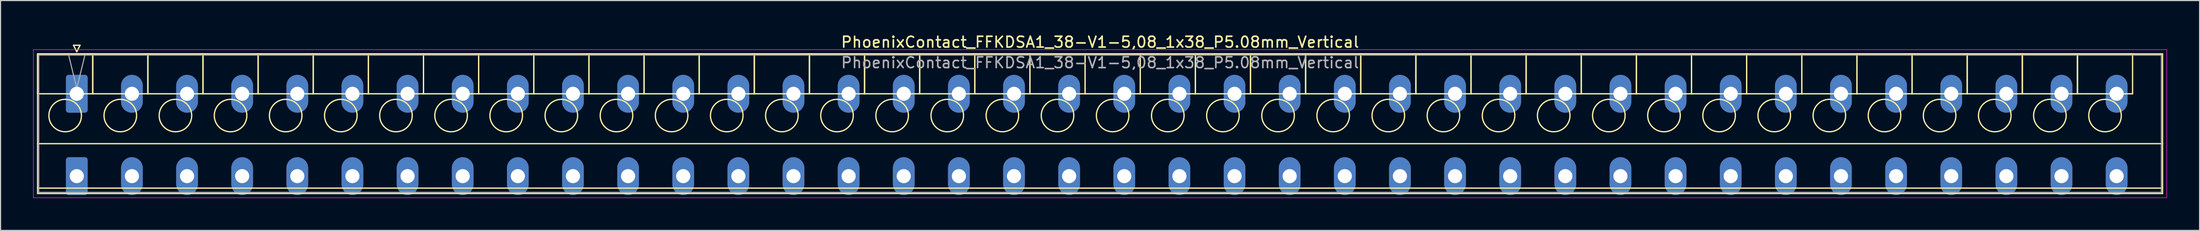
<source format=kicad_pcb>
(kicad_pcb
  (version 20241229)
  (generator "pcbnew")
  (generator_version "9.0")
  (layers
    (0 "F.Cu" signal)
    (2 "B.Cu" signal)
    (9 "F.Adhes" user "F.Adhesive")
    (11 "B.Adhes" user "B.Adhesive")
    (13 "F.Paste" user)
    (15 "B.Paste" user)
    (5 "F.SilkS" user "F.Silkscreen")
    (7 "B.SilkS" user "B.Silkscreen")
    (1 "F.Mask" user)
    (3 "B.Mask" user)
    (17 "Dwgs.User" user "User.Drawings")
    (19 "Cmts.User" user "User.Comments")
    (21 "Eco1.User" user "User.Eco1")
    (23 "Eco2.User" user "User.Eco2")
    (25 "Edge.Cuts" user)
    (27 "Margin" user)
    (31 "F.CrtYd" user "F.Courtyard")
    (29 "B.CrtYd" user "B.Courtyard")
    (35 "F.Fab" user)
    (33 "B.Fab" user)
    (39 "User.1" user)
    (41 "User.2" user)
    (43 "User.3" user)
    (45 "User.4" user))
  (footprint "PhoenixContact_FFKDSA1_38-V1-5,08_1x38_P5.08mm_Vertical"
    (layer "F.Cu")
    (at 4.025 5.628)
    (property "Reference" "PhoenixContact_FFKDSA1_38-V1-5,08_1x38_P5.08mm_Vertical" (at 94.29 -4.78 0) (layer "F.SilkS") (effects (font (size 1 1) (thickness 0.15))))
    (attr through_hole)
    (fp_line (start -3.61 -3.69) (end -3.61 0) (stroke (width 0.12) (type solid)) (layer "F.SilkS"))
    (fp_line (start -3.61 -3.69) (end -3.61 9.23) (stroke (width 0.12) (type solid)) (layer "F.SilkS"))
    (fp_line (start -3.61 0) (end 1.47 0) (stroke (width 0.12) (type solid)) (layer "F.SilkS"))
    (fp_line (start -3.61 4.615) (end 192.19 4.615) (stroke (width 0.12) (type solid)) (layer "F.SilkS"))
    (fp_line (start -3.61 8.73) (end 192.19 8.73) (stroke (width 0.12) (type solid)) (layer "F.SilkS"))
    (fp_line (start -3.61 9.23) (end 192.19 9.23) (stroke (width 0.12) (type solid)) (layer "F.SilkS"))
    (fp_line (start -0.3 -4.49) (end 0.3 -4.49) (stroke (width 0.12) (type solid)) (layer "F.SilkS"))
    (fp_line (start 0 -3.89) (end -0.3 -4.49) (stroke (width 0.12) (type solid)) (layer "F.SilkS"))
    (fp_line (start 0.3 -4.49) (end 0 -3.89) (stroke (width 0.12) (type solid)) (layer "F.SilkS"))
    (fp_line (start 1.47 -3.69) (end -3.61 -3.69) (stroke (width 0.12) (type solid)) (layer "F.SilkS"))
    (fp_line (start 1.47 -3.69) (end 1.47 0) (stroke (width 0.12) (type solid)) (layer "F.SilkS"))
    (fp_line (start 1.47 0) (end 1.47 -3.69) (stroke (width 0.12) (type solid)) (layer "F.SilkS"))
    (fp_line (start 1.47 0) (end 6.55 0) (stroke (width 0.12) (type solid)) (layer "F.SilkS"))
    (fp_line (start 6.55 -3.69) (end 1.47 -3.69) (stroke (width 0.12) (type solid)) (layer "F.SilkS"))
    (fp_line (start 6.55 -3.69) (end 6.55 0) (stroke (width 0.12) (type solid)) (layer "F.SilkS"))
    (fp_line (start 6.55 0) (end 6.55 -3.69) (stroke (width 0.12) (type solid)) (layer "F.SilkS"))
    (fp_line (start 6.55 0) (end 11.63 0) (stroke (width 0.12) (type solid)) (layer "F.SilkS"))
    (fp_line (start 11.63 -3.69) (end 6.55 -3.69) (stroke (width 0.12) (type solid)) (layer "F.SilkS"))
    (fp_line (start 11.63 -3.69) (end 11.63 0) (stroke (width 0.12) (type solid)) (layer "F.SilkS"))
    (fp_line (start 11.63 0) (end 11.63 -3.69) (stroke (width 0.12) (type solid)) (layer "F.SilkS"))
    (fp_line (start 11.63 0) (end 16.71 0) (stroke (width 0.12) (type solid)) (layer "F.SilkS"))
    (fp_line (start 16.71 -3.69) (end 11.63 -3.69) (stroke (width 0.12) (type solid)) (layer "F.SilkS"))
    (fp_line (start 16.71 -3.69) (end 16.71 0) (stroke (width 0.12) (type solid)) (layer "F.SilkS"))
    (fp_line (start 16.71 0) (end 16.71 -3.69) (stroke (width 0.12) (type solid)) (layer "F.SilkS"))
    (fp_line (start 16.71 0) (end 21.79 0) (stroke (width 0.12) (type solid)) (layer "F.SilkS"))
    (fp_line (start 21.79 -3.69) (end 16.71 -3.69) (stroke (width 0.12) (type solid)) (layer "F.SilkS"))
    (fp_line (start 21.79 -3.69) (end 21.79 0) (stroke (width 0.12) (type solid)) (layer "F.SilkS"))
    (fp_line (start 21.79 0) (end 21.79 -3.69) (stroke (width 0.12) (type solid)) (layer "F.SilkS"))
    (fp_line (start 21.79 0) (end 26.87 0) (stroke (width 0.12) (type solid)) (layer "F.SilkS"))
    (fp_line (start 26.87 -3.69) (end 21.79 -3.69) (stroke (width 0.12) (type solid)) (layer "F.SilkS"))
    (fp_line (start 26.87 -3.69) (end 26.87 0) (stroke (width 0.12) (type solid)) (layer "F.SilkS"))
    (fp_line (start 26.87 0) (end 26.87 -3.69) (stroke (width 0.12) (type solid)) (layer "F.SilkS"))
    (fp_line (start 26.87 0) (end 31.95 0) (stroke (width 0.12) (type solid)) (layer "F.SilkS"))
    (fp_line (start 31.95 -3.69) (end 26.87 -3.69) (stroke (width 0.12) (type solid)) (layer "F.SilkS"))
    (fp_line (start 31.95 -3.69) (end 31.95 0) (stroke (width 0.12) (type solid)) (layer "F.SilkS"))
    (fp_line (start 31.95 0) (end 31.95 -3.69) (stroke (width 0.12) (type solid)) (layer "F.SilkS"))
    (fp_line (start 31.95 0) (end 37.03 0) (stroke (width 0.12) (type solid)) (layer "F.SilkS"))
    (fp_line (start 37.03 -3.69) (end 31.95 -3.69) (stroke (width 0.12) (type solid)) (layer "F.SilkS"))
    (fp_line (start 37.03 -3.69) (end 37.03 0) (stroke (width 0.12) (type solid)) (layer "F.SilkS"))
    (fp_line (start 37.03 0) (end 37.03 -3.69) (stroke (width 0.12) (type solid)) (layer "F.SilkS"))
    (fp_line (start 37.03 0) (end 42.11 0) (stroke (width 0.12) (type solid)) (layer "F.SilkS"))
    (fp_line (start 42.11 -3.69) (end 37.03 -3.69) (stroke (width 0.12) (type solid)) (layer "F.SilkS"))
    (fp_line (start 42.11 -3.69) (end 42.11 0) (stroke (width 0.12) (type solid)) (layer "F.SilkS"))
    (fp_line (start 42.11 0) (end 42.11 -3.69) (stroke (width 0.12) (type solid)) (layer "F.SilkS"))
    (fp_line (start 42.11 0) (end 47.19 0) (stroke (width 0.12) (type solid)) (layer "F.SilkS"))
    (fp_line (start 47.19 -3.69) (end 42.11 -3.69) (stroke (width 0.12) (type solid)) (layer "F.SilkS"))
    (fp_line (start 47.19 -3.69) (end 47.19 0) (stroke (width 0.12) (type solid)) (layer "F.SilkS"))
    (fp_line (start 47.19 0) (end 47.19 -3.69) (stroke (width 0.12) (type solid)) (layer "F.SilkS"))
    (fp_line (start 47.19 0) (end 52.27 0) (stroke (width 0.12) (type solid)) (layer "F.SilkS"))
    (fp_line (start 52.27 -3.69) (end 47.19 -3.69) (stroke (width 0.12) (type solid)) (layer "F.SilkS"))
    (fp_line (start 52.27 -3.69) (end 52.27 0) (stroke (width 0.12) (type solid)) (layer "F.SilkS"))
    (fp_line (start 52.27 0) (end 52.27 -3.69) (stroke (width 0.12) (type solid)) (layer "F.SilkS"))
    (fp_line (start 52.27 0) (end 57.35 0) (stroke (width 0.12) (type solid)) (layer "F.SilkS"))
    (fp_line (start 57.35 -3.69) (end 52.27 -3.69) (stroke (width 0.12) (type solid)) (layer "F.SilkS"))
    (fp_line (start 57.35 -3.69) (end 57.35 0) (stroke (width 0.12) (type solid)) (layer "F.SilkS"))
    (fp_line (start 57.35 0) (end 57.35 -3.69) (stroke (width 0.12) (type solid)) (layer "F.SilkS"))
    (fp_line (start 57.35 0) (end 62.43 0) (stroke (width 0.12) (type solid)) (layer "F.SilkS"))
    (fp_line (start 62.43 -3.69) (end 57.35 -3.69) (stroke (width 0.12) (type solid)) (layer "F.SilkS"))
    (fp_line (start 62.43 -3.69) (end 62.43 0) (stroke (width 0.12) (type solid)) (layer "F.SilkS"))
    (fp_line (start 62.43 0) (end 62.43 -3.69) (stroke (width 0.12) (type solid)) (layer "F.SilkS"))
    (fp_line (start 62.43 0) (end 67.51 0) (stroke (width 0.12) (type solid)) (layer "F.SilkS"))
    (fp_line (start 67.51 -3.69) (end 62.43 -3.69) (stroke (width 0.12) (type solid)) (layer "F.SilkS"))
    (fp_line (start 67.51 -3.69) (end 67.51 0) (stroke (width 0.12) (type solid)) (layer "F.SilkS"))
    (fp_line (start 67.51 0) (end 67.51 -3.69) (stroke (width 0.12) (type solid)) (layer "F.SilkS"))
    (fp_line (start 67.51 0) (end 72.59 0) (stroke (width 0.12) (type solid)) (layer "F.SilkS"))
    (fp_line (start 72.59 -3.69) (end 67.51 -3.69) (stroke (width 0.12) (type solid)) (layer "F.SilkS"))
    (fp_line (start 72.59 -3.69) (end 72.59 0) (stroke (width 0.12) (type solid)) (layer "F.SilkS"))
    (fp_line (start 72.59 0) (end 72.59 -3.69) (stroke (width 0.12) (type solid)) (layer "F.SilkS"))
    (fp_line (start 72.59 0) (end 77.67 0) (stroke (width 0.12) (type solid)) (layer "F.SilkS"))
    (fp_line (start 77.67 -3.69) (end 72.59 -3.69) (stroke (width 0.12) (type solid)) (layer "F.SilkS"))
    (fp_line (start 77.67 -3.69) (end 77.67 0) (stroke (width 0.12) (type solid)) (layer "F.SilkS"))
    (fp_line (start 77.67 0) (end 77.67 -3.69) (stroke (width 0.12) (type solid)) (layer "F.SilkS"))
    (fp_line (start 77.67 0) (end 82.75 0) (stroke (width 0.12) (type solid)) (layer "F.SilkS"))
    (fp_line (start 82.75 -3.69) (end 77.67 -3.69) (stroke (width 0.12) (type solid)) (layer "F.SilkS"))
    (fp_line (start 82.75 -3.69) (end 82.75 0) (stroke (width 0.12) (type solid)) (layer "F.SilkS"))
    (fp_line (start 82.75 0) (end 82.75 -3.69) (stroke (width 0.12) (type solid)) (layer "F.SilkS"))
    (fp_line (start 82.75 0) (end 87.83 0) (stroke (width 0.12) (type solid)) (layer "F.SilkS"))
    (fp_line (start 87.83 -3.69) (end 82.75 -3.69) (stroke (width 0.12) (type solid)) (layer "F.SilkS"))
    (fp_line (start 87.83 -3.69) (end 87.83 0) (stroke (width 0.12) (type solid)) (layer "F.SilkS"))
    (fp_line (start 87.83 0) (end 87.83 -3.69) (stroke (width 0.12) (type solid)) (layer "F.SilkS"))
    (fp_line (start 87.83 0) (end 92.91 0) (stroke (width 0.12) (type solid)) (layer "F.SilkS"))
    (fp_line (start 92.91 -3.69) (end 87.83 -3.69) (stroke (width 0.12) (type solid)) (layer "F.SilkS"))
    (fp_line (start 92.91 -3.69) (end 92.91 0) (stroke (width 0.12) (type solid)) (layer "F.SilkS"))
    (fp_line (start 92.91 0) (end 92.91 -3.69) (stroke (width 0.12) (type solid)) (layer "F.SilkS"))
    (fp_line (start 92.91 0) (end 97.99 0) (stroke (width 0.12) (type solid)) (layer "F.SilkS"))
    (fp_line (start 97.99 -3.69) (end 92.91 -3.69) (stroke (width 0.12) (type solid)) (layer "F.SilkS"))
    (fp_line (start 97.99 -3.69) (end 97.99 0) (stroke (width 0.12) (type solid)) (layer "F.SilkS"))
    (fp_line (start 97.99 0) (end 97.99 -3.69) (stroke (width 0.12) (type solid)) (layer "F.SilkS"))
    (fp_line (start 97.99 0) (end 103.07 0) (stroke (width 0.12) (type solid)) (layer "F.SilkS"))
    (fp_line (start 103.07 -3.69) (end 97.99 -3.69) (stroke (width 0.12) (type solid)) (layer "F.SilkS"))
    (fp_line (start 103.07 -3.69) (end 103.07 0) (stroke (width 0.12) (type solid)) (layer "F.SilkS"))
    (fp_line (start 103.07 0) (end 103.07 -3.69) (stroke (width 0.12) (type solid)) (layer "F.SilkS"))
    (fp_line (start 103.07 0) (end 108.15 0) (stroke (width 0.12) (type solid)) (layer "F.SilkS"))
    (fp_line (start 108.15 -3.69) (end 103.07 -3.69) (stroke (width 0.12) (type solid)) (layer "F.SilkS"))
    (fp_line (start 108.15 -3.69) (end 108.15 0) (stroke (width 0.12) (type solid)) (layer "F.SilkS"))
    (fp_line (start 108.15 0) (end 108.15 -3.69) (stroke (width 0.12) (type solid)) (layer "F.SilkS"))
    (fp_line (start 108.15 0) (end 113.23 0) (stroke (width 0.12) (type solid)) (layer "F.SilkS"))
    (fp_line (start 113.23 -3.69) (end 108.15 -3.69) (stroke (width 0.12) (type solid)) (layer "F.SilkS"))
    (fp_line (start 113.23 -3.69) (end 113.23 0) (stroke (width 0.12) (type solid)) (layer "F.SilkS"))
    (fp_line (start 113.23 0) (end 113.23 -3.69) (stroke (width 0.12) (type solid)) (layer "F.SilkS"))
    (fp_line (start 113.23 0) (end 118.31 0) (stroke (width 0.12) (type solid)) (layer "F.SilkS"))
    (fp_line (start 118.31 -3.69) (end 113.23 -3.69) (stroke (width 0.12) (type solid)) (layer "F.SilkS"))
    (fp_line (start 118.31 -3.69) (end 118.31 0) (stroke (width 0.12) (type solid)) (layer "F.SilkS"))
    (fp_line (start 118.31 0) (end 118.31 -3.69) (stroke (width 0.12) (type solid)) (layer "F.SilkS"))
    (fp_line (start 118.31 0) (end 123.39 0) (stroke (width 0.12) (type solid)) (layer "F.SilkS"))
    (fp_line (start 123.39 -3.69) (end 118.31 -3.69) (stroke (width 0.12) (type solid)) (layer "F.SilkS"))
    (fp_line (start 123.39 -3.69) (end 123.39 0) (stroke (width 0.12) (type solid)) (layer "F.SilkS"))
    (fp_line (start 123.39 0) (end 123.39 -3.69) (stroke (width 0.12) (type solid)) (layer "F.SilkS"))
    (fp_line (start 123.39 0) (end 128.47 0) (stroke (width 0.12) (type solid)) (layer "F.SilkS"))
    (fp_line (start 128.47 -3.69) (end 123.39 -3.69) (stroke (width 0.12) (type solid)) (layer "F.SilkS"))
    (fp_line (start 128.47 -3.69) (end 128.47 0) (stroke (width 0.12) (type solid)) (layer "F.SilkS"))
    (fp_line (start 128.47 0) (end 128.47 -3.69) (stroke (width 0.12) (type solid)) (layer "F.SilkS"))
    (fp_line (start 128.47 0) (end 133.55 0) (stroke (width 0.12) (type solid)) (layer "F.SilkS"))
    (fp_line (start 133.55 -3.69) (end 128.47 -3.69) (stroke (width 0.12) (type solid)) (layer "F.SilkS"))
    (fp_line (start 133.55 -3.69) (end 133.55 0) (stroke (width 0.12) (type solid)) (layer "F.SilkS"))
    (fp_line (start 133.55 0) (end 133.55 -3.69) (stroke (width 0.12) (type solid)) (layer "F.SilkS"))
    (fp_line (start 133.55 0) (end 138.63 0) (stroke (width 0.12) (type solid)) (layer "F.SilkS"))
    (fp_line (start 138.63 -3.69) (end 133.55 -3.69) (stroke (width 0.12) (type solid)) (layer "F.SilkS"))
    (fp_line (start 138.63 -3.69) (end 138.63 0) (stroke (width 0.12) (type solid)) (layer "F.SilkS"))
    (fp_line (start 138.63 0) (end 138.63 -3.69) (stroke (width 0.12) (type solid)) (layer "F.SilkS"))
    (fp_line (start 138.63 0) (end 143.71 0) (stroke (width 0.12) (type solid)) (layer "F.SilkS"))
    (fp_line (start 143.71 -3.69) (end 138.63 -3.69) (stroke (width 0.12) (type solid)) (layer "F.SilkS"))
    (fp_line (start 143.71 -3.69) (end 143.71 0) (stroke (width 0.12) (type solid)) (layer "F.SilkS"))
    (fp_line (start 143.71 0) (end 143.71 -3.69) (stroke (width 0.12) (type solid)) (layer "F.SilkS"))
    (fp_line (start 143.71 0) (end 148.79 0) (stroke (width 0.12) (type solid)) (layer "F.SilkS"))
    (fp_line (start 148.79 -3.69) (end 143.71 -3.69) (stroke (width 0.12) (type solid)) (layer "F.SilkS"))
    (fp_line (start 148.79 -3.69) (end 148.79 0) (stroke (width 0.12) (type solid)) (layer "F.SilkS"))
    (fp_line (start 148.79 0) (end 148.79 -3.69) (stroke (width 0.12) (type solid)) (layer "F.SilkS"))
    (fp_line (start 148.79 0) (end 153.87 0) (stroke (width 0.12) (type solid)) (layer "F.SilkS"))
    (fp_line (start 153.87 -3.69) (end 148.79 -3.69) (stroke (width 0.12) (type solid)) (layer "F.SilkS"))
    (fp_line (start 153.87 -3.69) (end 153.87 0) (stroke (width 0.12) (type solid)) (layer "F.SilkS"))
    (fp_line (start 153.87 0) (end 153.87 -3.69) (stroke (width 0.12) (type solid)) (layer "F.SilkS"))
    (fp_line (start 153.87 0) (end 158.95 0) (stroke (width 0.12) (type solid)) (layer "F.SilkS"))
    (fp_line (start 158.95 -3.69) (end 153.87 -3.69) (stroke (width 0.12) (type solid)) (layer "F.SilkS"))
    (fp_line (start 158.95 -3.69) (end 158.95 0) (stroke (width 0.12) (type solid)) (layer "F.SilkS"))
    (fp_line (start 158.95 0) (end 158.95 -3.69) (stroke (width 0.12) (type solid)) (layer "F.SilkS"))
    (fp_line (start 158.95 0) (end 164.03 0) (stroke (width 0.12) (type solid)) (layer "F.SilkS"))
    (fp_line (start 164.03 -3.69) (end 158.95 -3.69) (stroke (width 0.12) (type solid)) (layer "F.SilkS"))
    (fp_line (start 164.03 -3.69) (end 164.03 0) (stroke (width 0.12) (type solid)) (layer "F.SilkS"))
    (fp_line (start 164.03 0) (end 164.03 -3.69) (stroke (width 0.12) (type solid)) (layer "F.SilkS"))
    (fp_line (start 164.03 0) (end 169.11 0) (stroke (width 0.12) (type solid)) (layer "F.SilkS"))
    (fp_line (start 169.11 -3.69) (end 164.03 -3.69) (stroke (width 0.12) (type solid)) (layer "F.SilkS"))
    (fp_line (start 169.11 -3.69) (end 169.11 0) (stroke (width 0.12) (type solid)) (layer "F.SilkS"))
    (fp_line (start 169.11 0) (end 169.11 -3.69) (stroke (width 0.12) (type solid)) (layer "F.SilkS"))
    (fp_line (start 169.11 0) (end 174.19 0) (stroke (width 0.12) (type solid)) (layer "F.SilkS"))
    (fp_line (start 174.19 -3.69) (end 169.11 -3.69) (stroke (width 0.12) (type solid)) (layer "F.SilkS"))
    (fp_line (start 174.19 -3.69) (end 174.19 0) (stroke (width 0.12) (type solid)) (layer "F.SilkS"))
    (fp_line (start 174.19 0) (end 174.19 -3.69) (stroke (width 0.12) (type solid)) (layer "F.SilkS"))
    (fp_line (start 174.19 0) (end 179.27 0) (stroke (width 0.12) (type solid)) (layer "F.SilkS"))
    (fp_line (start 179.27 -3.69) (end 174.19 -3.69) (stroke (width 0.12) (type solid)) (layer "F.SilkS"))
    (fp_line (start 179.27 -3.69) (end 179.27 0) (stroke (width 0.12) (type solid)) (layer "F.SilkS"))
    (fp_line (start 179.27 0) (end 179.27 -3.69) (stroke (width 0.12) (type solid)) (layer "F.SilkS"))
    (fp_line (start 179.27 0) (end 184.35 0) (stroke (width 0.12) (type solid)) (layer "F.SilkS"))
    (fp_line (start 184.35 -3.69) (end 179.27 -3.69) (stroke (width 0.12) (type solid)) (layer "F.SilkS"))
    (fp_line (start 184.35 -3.69) (end 184.35 0) (stroke (width 0.12) (type solid)) (layer "F.SilkS"))
    (fp_line (start 184.35 0) (end 184.35 -3.69) (stroke (width 0.12) (type solid)) (layer "F.SilkS"))
    (fp_line (start 184.35 0) (end 189.43 0) (stroke (width 0.12) (type solid)) (layer "F.SilkS"))
    (fp_line (start 189.43 -3.69) (end 184.35 -3.69) (stroke (width 0.12) (type solid)) (layer "F.SilkS"))
    (fp_line (start 189.43 0) (end 189.43 -3.69) (stroke (width 0.12) (type solid)) (layer "F.SilkS"))
    (fp_line (start 192.19 -3.69) (end -3.61 -3.69) (stroke (width 0.12) (type solid)) (layer "F.SilkS"))
    (fp_line (start 192.19 9.23) (end 192.19 -3.69) (stroke (width 0.12) (type solid)) (layer "F.SilkS"))
    (fp_circle (center -1.07 2.015) (end 0.43 2.015) (stroke (width 0.12) (type solid)) (fill no) (layer "F.SilkS"))
    (fp_circle (center 4.01 2.015) (end 5.51 2.015) (stroke (width 0.12) (type solid)) (fill no) (layer "F.SilkS"))
    (fp_circle (center 9.09 2.015) (end 10.59 2.015) (stroke (width 0.12) (type solid)) (fill no) (layer "F.SilkS"))
    (fp_circle (center 14.17 2.015) (end 15.67 2.015) (stroke (width 0.12) (type solid)) (fill no) (layer "F.SilkS"))
    (fp_circle (center 19.25 2.015) (end 20.75 2.015) (stroke (width 0.12) (type solid)) (fill no) (layer "F.SilkS"))
    (fp_circle (center 24.33 2.015) (end 25.83 2.015) (stroke (width 0.12) (type solid)) (fill no) (layer "F.SilkS"))
    (fp_circle (center 29.41 2.015) (end 30.91 2.015) (stroke (width 0.12) (type solid)) (fill no) (layer "F.SilkS"))
    (fp_circle (center 34.49 2.015) (end 35.99 2.015) (stroke (width 0.12) (type solid)) (fill no) (layer "F.SilkS"))
    (fp_circle (center 39.57 2.015) (end 41.07 2.015) (stroke (width 0.12) (type solid)) (fill no) (layer "F.SilkS"))
    (fp_circle (center 44.65 2.015) (end 46.15 2.015) (stroke (width 0.12) (type solid)) (fill no) (layer "F.SilkS"))
    (fp_circle (center 49.73 2.015) (end 51.23 2.015) (stroke (width 0.12) (type solid)) (fill no) (layer "F.SilkS"))
    (fp_circle (center 54.81 2.015) (end 56.31 2.015) (stroke (width 0.12) (type solid)) (fill no) (layer "F.SilkS"))
    (fp_circle (center 59.89 2.015) (end 61.39 2.015) (stroke (width 0.12) (type solid)) (fill no) (layer "F.SilkS"))
    (fp_circle (center 64.97 2.015) (end 66.47 2.015) (stroke (width 0.12) (type solid)) (fill no) (layer "F.SilkS"))
    (fp_circle (center 70.05 2.015) (end 71.55 2.015) (stroke (width 0.12) (type solid)) (fill no) (layer "F.SilkS"))
    (fp_circle (center 75.13 2.015) (end 76.63 2.015) (stroke (width 0.12) (type solid)) (fill no) (layer "F.SilkS"))
    (fp_circle (center 80.21 2.015) (end 81.71 2.015) (stroke (width 0.12) (type solid)) (fill no) (layer "F.SilkS"))
    (fp_circle (center 85.29 2.015) (end 86.79 2.015) (stroke (width 0.12) (type solid)) (fill no) (layer "F.SilkS"))
    (fp_circle (center 90.37 2.015) (end 91.87 2.015) (stroke (width 0.12) (type solid)) (fill no) (layer "F.SilkS"))
    (fp_circle (center 95.45 2.015) (end 96.95 2.015) (stroke (width 0.12) (type solid)) (fill no) (layer "F.SilkS"))
    (fp_circle (center 100.53 2.015) (end 102.03 2.015) (stroke (width 0.12) (type solid)) (fill no) (layer "F.SilkS"))
    (fp_circle (center 105.61 2.015) (end 107.11 2.015) (stroke (width 0.12) (type solid)) (fill no) (layer "F.SilkS"))
    (fp_circle (center 110.69 2.015) (end 112.19 2.015) (stroke (width 0.12) (type solid)) (fill no) (layer "F.SilkS"))
    (fp_circle (center 115.77 2.015) (end 117.27 2.015) (stroke (width 0.12) (type solid)) (fill no) (layer "F.SilkS"))
    (fp_circle (center 120.85 2.015) (end 122.35 2.015) (stroke (width 0.12) (type solid)) (fill no) (layer "F.SilkS"))
    (fp_circle (center 125.93 2.015) (end 127.43 2.015) (stroke (width 0.12) (type solid)) (fill no) (layer "F.SilkS"))
    (fp_circle (center 131.01 2.015) (end 132.51 2.015) (stroke (width 0.12) (type solid)) (fill no) (layer "F.SilkS"))
    (fp_circle (center 136.09 2.015) (end 137.59 2.015) (stroke (width 0.12) (type solid)) (fill no) (layer "F.SilkS"))
    (fp_circle (center 141.17 2.015) (end 142.67 2.015) (stroke (width 0.12) (type solid)) (fill no) (layer "F.SilkS"))
    (fp_circle (center 146.25 2.015) (end 147.75 2.015) (stroke (width 0.12) (type solid)) (fill no) (layer "F.SilkS"))
    (fp_circle (center 151.33 2.015) (end 152.83 2.015) (stroke (width 0.12) (type solid)) (fill no) (layer "F.SilkS"))
    (fp_circle (center 156.41 2.015) (end 157.91 2.015) (stroke (width 0.12) (type solid)) (fill no) (layer "F.SilkS"))
    (fp_circle (center 161.49 2.015) (end 162.99 2.015) (stroke (width 0.12) (type solid)) (fill no) (layer "F.SilkS"))
    (fp_circle (center 166.57 2.015) (end 168.07 2.015) (stroke (width 0.12) (type solid)) (fill no) (layer "F.SilkS"))
    (fp_circle (center 171.65 2.015) (end 173.15 2.015) (stroke (width 0.12) (type solid)) (fill no) (layer "F.SilkS"))
    (fp_circle (center 176.73 2.015) (end 178.23 2.015) (stroke (width 0.12) (type solid)) (fill no) (layer "F.SilkS"))
    (fp_circle (center 181.81 2.015) (end 183.31 2.015) (stroke (width 0.12) (type solid)) (fill no) (layer "F.SilkS"))
    (fp_circle (center 186.89 2.015) (end 188.39 2.015) (stroke (width 0.12) (type solid)) (fill no) (layer "F.SilkS"))
    (fp_line (start -4 -4.08) (end -4 9.62) (stroke (width 0.05) (type solid)) (layer "F.CrtYd"))
    (fp_line (start -4 9.62) (end 192.58 9.62) (stroke (width 0.05) (type solid)) (layer "F.CrtYd"))
    (fp_line (start 192.58 -4.08) (end -4 -4.08) (stroke (width 0.05) (type solid)) (layer "F.CrtYd"))
    (fp_line (start 192.58 9.62) (end 192.58 -4.08) (stroke (width 0.05) (type solid)) (layer "F.CrtYd"))
    (fp_line (start -3.5 -3.58) (end -3.5 9.12) (stroke (width 0.1) (type solid)) (layer "F.Fab"))
    (fp_line (start -3.5 9.12) (end 192.08 9.12) (stroke (width 0.1) (type solid)) (layer "F.Fab"))
    (fp_line (start 0 -0.5) (end -0.75 -3.58) (stroke (width 0.1) (type solid)) (layer "F.Fab"))
    (fp_line (start 0.75 -3.58) (end 0 -0.5) (stroke (width 0.1) (type solid)) (layer "F.Fab"))
    (fp_line (start 192.08 -3.58) (end -3.5 -3.58) (stroke (width 0.1) (type solid)) (layer "F.Fab"))
    (fp_line (start 192.08 9.12) (end 192.08 -3.58) (stroke (width 0.1) (type solid)) (layer "F.Fab"))
    (fp_text user "${REFERENCE}" (at 94.29 -2.88 0) (layer "F.Fab") (effects (font (size 1 1) (thickness 0.15))))
    (pad "1" thru_hole roundrect (at 0 0) (size 2 3.5) (drill 1.3) (layers "*.Cu" "*.Mask") (roundrect_rratio 0.125))
    (pad "1" thru_hole roundrect (at 0 7.62) (size 2 3.5) (drill 1.3) (layers "*.Cu" "*.Mask") (roundrect_rratio 0.125))
    (pad "2" thru_hole oval (at 5.08 0) (size 2 3.5) (drill 1.3) (layers "*.Cu" "*.Mask"))
    (pad "2" thru_hole oval (at 5.08 7.62) (size 2 3.5) (drill 1.3) (layers "*.Cu" "*.Mask"))
    (pad "3" thru_hole oval (at 10.16 0) (size 2 3.5) (drill 1.3) (layers "*.Cu" "*.Mask"))
    (pad "3" thru_hole oval (at 10.16 7.62) (size 2 3.5) (drill 1.3) (layers "*.Cu" "*.Mask"))
    (pad "4" thru_hole oval (at 15.24 0) (size 2 3.5) (drill 1.3) (layers "*.Cu" "*.Mask"))
    (pad "4" thru_hole oval (at 15.24 7.62) (size 2 3.5) (drill 1.3) (layers "*.Cu" "*.Mask"))
    (pad "5" thru_hole oval (at 20.32 0) (size 2 3.5) (drill 1.3) (layers "*.Cu" "*.Mask"))
    (pad "5" thru_hole oval (at 20.32 7.62) (size 2 3.5) (drill 1.3) (layers "*.Cu" "*.Mask"))
    (pad "6" thru_hole oval (at 25.4 0) (size 2 3.5) (drill 1.3) (layers "*.Cu" "*.Mask"))
    (pad "6" thru_hole oval (at 25.4 7.62) (size 2 3.5) (drill 1.3) (layers "*.Cu" "*.Mask"))
    (pad "7" thru_hole oval (at 30.48 0) (size 2 3.5) (drill 1.3) (layers "*.Cu" "*.Mask"))
    (pad "7" thru_hole oval (at 30.48 7.62) (size 2 3.5) (drill 1.3) (layers "*.Cu" "*.Mask"))
    (pad "8" thru_hole oval (at 35.56 0) (size 2 3.5) (drill 1.3) (layers "*.Cu" "*.Mask"))
    (pad "8" thru_hole oval (at 35.56 7.62) (size 2 3.5) (drill 1.3) (layers "*.Cu" "*.Mask"))
    (pad "9" thru_hole oval (at 40.64 0) (size 2 3.5) (drill 1.3) (layers "*.Cu" "*.Mask"))
    (pad "9" thru_hole oval (at 40.64 7.62) (size 2 3.5) (drill 1.3) (layers "*.Cu" "*.Mask"))
    (pad "10" thru_hole oval (at 45.72 0) (size 2 3.5) (drill 1.3) (layers "*.Cu" "*.Mask"))
    (pad "10" thru_hole oval (at 45.72 7.62) (size 2 3.5) (drill 1.3) (layers "*.Cu" "*.Mask"))
    (pad "11" thru_hole oval (at 50.8 0) (size 2 3.5) (drill 1.3) (layers "*.Cu" "*.Mask"))
    (pad "11" thru_hole oval (at 50.8 7.62) (size 2 3.5) (drill 1.3) (layers "*.Cu" "*.Mask"))
    (pad "12" thru_hole oval (at 55.88 0) (size 2 3.5) (drill 1.3) (layers "*.Cu" "*.Mask"))
    (pad "12" thru_hole oval (at 55.88 7.62) (size 2 3.5) (drill 1.3) (layers "*.Cu" "*.Mask"))
    (pad "13" thru_hole oval (at 60.96 0) (size 2 3.5) (drill 1.3) (layers "*.Cu" "*.Mask"))
    (pad "13" thru_hole oval (at 60.96 7.62) (size 2 3.5) (drill 1.3) (layers "*.Cu" "*.Mask"))
    (pad "14" thru_hole oval (at 66.04 0) (size 2 3.5) (drill 1.3) (layers "*.Cu" "*.Mask"))
    (pad "14" thru_hole oval (at 66.04 7.62) (size 2 3.5) (drill 1.3) (layers "*.Cu" "*.Mask"))
    (pad "15" thru_hole oval (at 71.12 0) (size 2 3.5) (drill 1.3) (layers "*.Cu" "*.Mask"))
    (pad "15" thru_hole oval (at 71.12 7.62) (size 2 3.5) (drill 1.3) (layers "*.Cu" "*.Mask"))
    (pad "16" thru_hole oval (at 76.2 0) (size 2 3.5) (drill 1.3) (layers "*.Cu" "*.Mask"))
    (pad "16" thru_hole oval (at 76.2 7.62) (size 2 3.5) (drill 1.3) (layers "*.Cu" "*.Mask"))
    (pad "17" thru_hole oval (at 81.28 0) (size 2 3.5) (drill 1.3) (layers "*.Cu" "*.Mask"))
    (pad "17" thru_hole oval (at 81.28 7.62) (size 2 3.5) (drill 1.3) (layers "*.Cu" "*.Mask"))
    (pad "18" thru_hole oval (at 86.36 0) (size 2 3.5) (drill 1.3) (layers "*.Cu" "*.Mask"))
    (pad "18" thru_hole oval (at 86.36 7.62) (size 2 3.5) (drill 1.3) (layers "*.Cu" "*.Mask"))
    (pad "19" thru_hole oval (at 91.44 0) (size 2 3.5) (drill 1.3) (layers "*.Cu" "*.Mask"))
    (pad "19" thru_hole oval (at 91.44 7.62) (size 2 3.5) (drill 1.3) (layers "*.Cu" "*.Mask"))
    (pad "20" thru_hole oval (at 96.52 0) (size 2 3.5) (drill 1.3) (layers "*.Cu" "*.Mask"))
    (pad "20" thru_hole oval (at 96.52 7.62) (size 2 3.5) (drill 1.3) (layers "*.Cu" "*.Mask"))
    (pad "21" thru_hole oval (at 101.6 0) (size 2 3.5) (drill 1.3) (layers "*.Cu" "*.Mask"))
    (pad "21" thru_hole oval (at 101.6 7.62) (size 2 3.5) (drill 1.3) (layers "*.Cu" "*.Mask"))
    (pad "22" thru_hole oval (at 106.68 0) (size 2 3.5) (drill 1.3) (layers "*.Cu" "*.Mask"))
    (pad "22" thru_hole oval (at 106.68 7.62) (size 2 3.5) (drill 1.3) (layers "*.Cu" "*.Mask"))
    (pad "23" thru_hole oval (at 111.76 0) (size 2 3.5) (drill 1.3) (layers "*.Cu" "*.Mask"))
    (pad "23" thru_hole oval (at 111.76 7.62) (size 2 3.5) (drill 1.3) (layers "*.Cu" "*.Mask"))
    (pad "24" thru_hole oval (at 116.84 0) (size 2 3.5) (drill 1.3) (layers "*.Cu" "*.Mask"))
    (pad "24" thru_hole oval (at 116.84 7.62) (size 2 3.5) (drill 1.3) (layers "*.Cu" "*.Mask"))
    (pad "25" thru_hole oval (at 121.92 0) (size 2 3.5) (drill 1.3) (layers "*.Cu" "*.Mask"))
    (pad "25" thru_hole oval (at 121.92 7.62) (size 2 3.5) (drill 1.3) (layers "*.Cu" "*.Mask"))
    (pad "26" thru_hole oval (at 127 0) (size 2 3.5) (drill 1.3) (layers "*.Cu" "*.Mask"))
    (pad "26" thru_hole oval (at 127 7.62) (size 2 3.5) (drill 1.3) (layers "*.Cu" "*.Mask"))
    (pad "27" thru_hole oval (at 132.08 0) (size 2 3.5) (drill 1.3) (layers "*.Cu" "*.Mask"))
    (pad "27" thru_hole oval (at 132.08 7.62) (size 2 3.5) (drill 1.3) (layers "*.Cu" "*.Mask"))
    (pad "28" thru_hole oval (at 137.16 0) (size 2 3.5) (drill 1.3) (layers "*.Cu" "*.Mask"))
    (pad "28" thru_hole oval (at 137.16 7.62) (size 2 3.5) (drill 1.3) (layers "*.Cu" "*.Mask"))
    (pad "29" thru_hole oval (at 142.24 0) (size 2 3.5) (drill 1.3) (layers "*.Cu" "*.Mask"))
    (pad "29" thru_hole oval (at 142.24 7.62) (size 2 3.5) (drill 1.3) (layers "*.Cu" "*.Mask"))
    (pad "30" thru_hole oval (at 147.32 0) (size 2 3.5) (drill 1.3) (layers "*.Cu" "*.Mask"))
    (pad "30" thru_hole oval (at 147.32 7.62) (size 2 3.5) (drill 1.3) (layers "*.Cu" "*.Mask"))
    (pad "31" thru_hole oval (at 152.4 0) (size 2 3.5) (drill 1.3) (layers "*.Cu" "*.Mask"))
    (pad "31" thru_hole oval (at 152.4 7.62) (size 2 3.5) (drill 1.3) (layers "*.Cu" "*.Mask"))
    (pad "32" thru_hole oval (at 157.48 0) (size 2 3.5) (drill 1.3) (layers "*.Cu" "*.Mask"))
    (pad "32" thru_hole oval (at 157.48 7.62) (size 2 3.5) (drill 1.3) (layers "*.Cu" "*.Mask"))
    (pad "33" thru_hole oval (at 162.56 0) (size 2 3.5) (drill 1.3) (layers "*.Cu" "*.Mask"))
    (pad "33" thru_hole oval (at 162.56 7.62) (size 2 3.5) (drill 1.3) (layers "*.Cu" "*.Mask"))
    (pad "34" thru_hole oval (at 167.64 0) (size 2 3.5) (drill 1.3) (layers "*.Cu" "*.Mask"))
    (pad "34" thru_hole oval (at 167.64 7.62) (size 2 3.5) (drill 1.3) (layers "*.Cu" "*.Mask"))
    (pad "35" thru_hole oval (at 172.72 0) (size 2 3.5) (drill 1.3) (layers "*.Cu" "*.Mask"))
    (pad "35" thru_hole oval (at 172.72 7.62) (size 2 3.5) (drill 1.3) (layers "*.Cu" "*.Mask"))
    (pad "36" thru_hole oval (at 177.8 0) (size 2 3.5) (drill 1.3) (layers "*.Cu" "*.Mask"))
    (pad "36" thru_hole oval (at 177.8 7.62) (size 2 3.5) (drill 1.3) (layers "*.Cu" "*.Mask"))
    (pad "37" thru_hole oval (at 182.88 0) (size 2 3.5) (drill 1.3) (layers "*.Cu" "*.Mask"))
    (pad "37" thru_hole oval (at 182.88 7.62) (size 2 3.5) (drill 1.3) (layers "*.Cu" "*.Mask"))
    (pad "38" thru_hole oval (at 187.96 0) (size 2 3.5) (drill 1.3) (layers "*.Cu" "*.Mask"))
    (pad "38" thru_hole oval (at 187.96 7.62) (size 2 3.5) (drill 1.3) (layers "*.Cu" "*.Mask")))
  (gr_rect
    (start -3 -3)
    (end 199.63 18.273)
    (stroke (width 0.1) (type default))
    (fill no)
    (layer "Edge.Cuts")))
</source>
